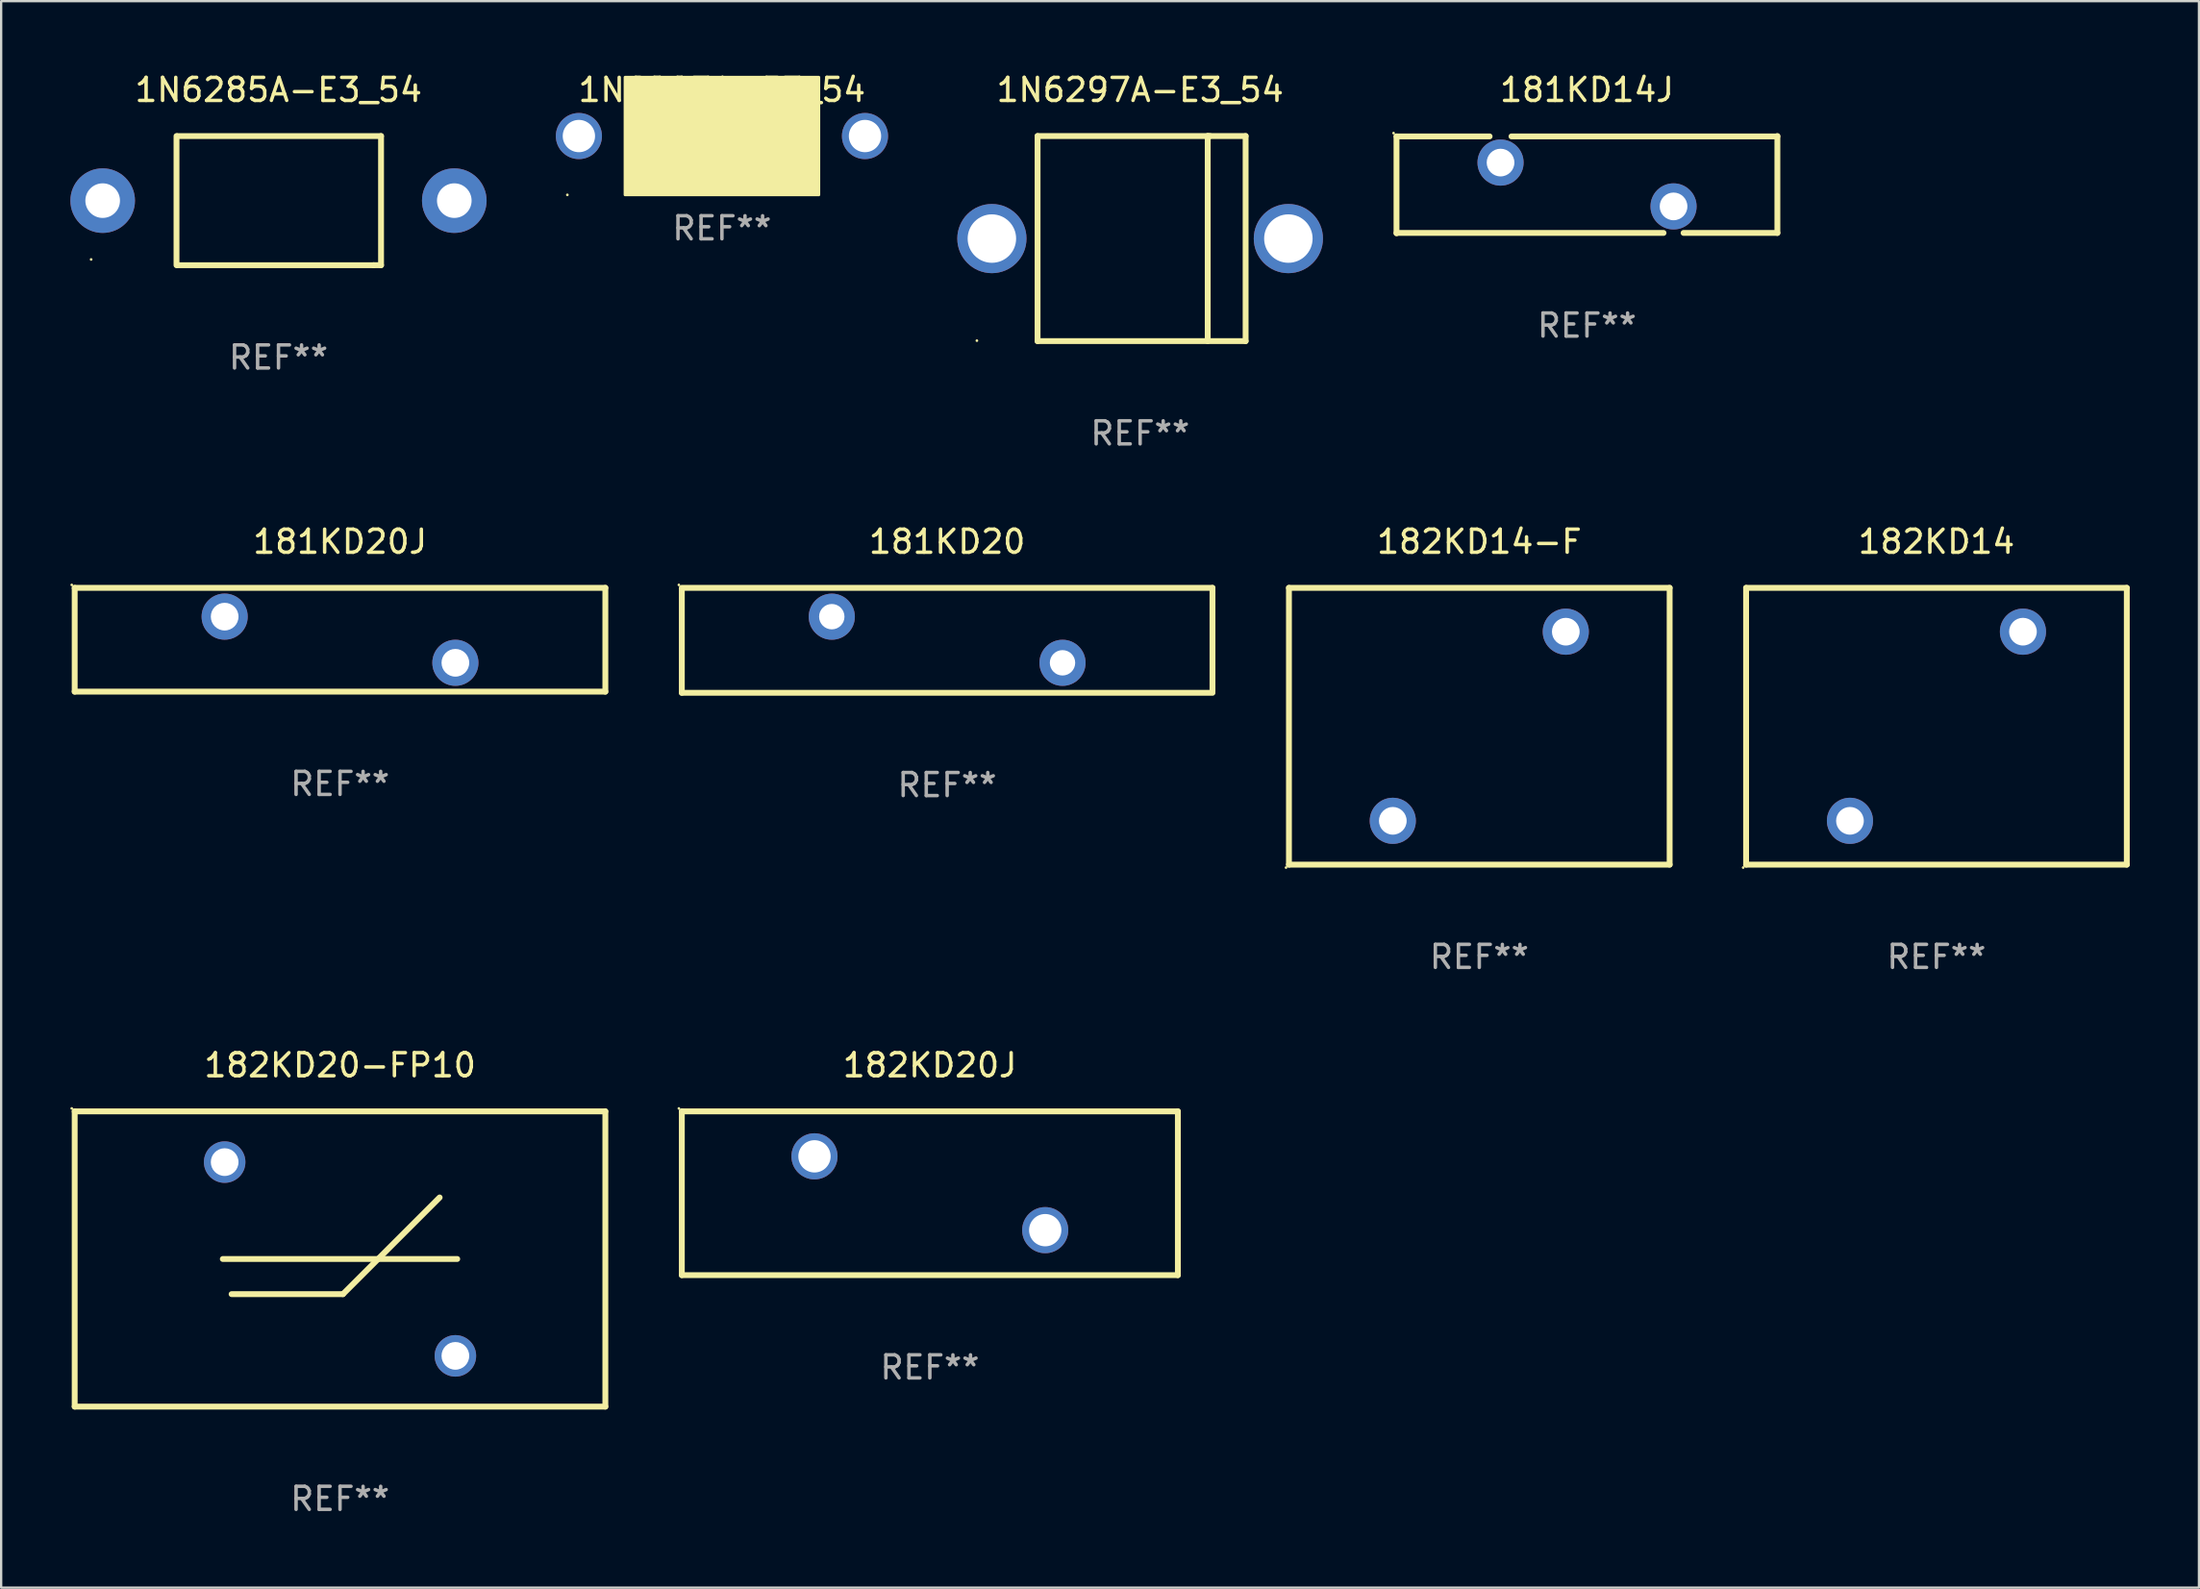
<source format=kicad_pcb>
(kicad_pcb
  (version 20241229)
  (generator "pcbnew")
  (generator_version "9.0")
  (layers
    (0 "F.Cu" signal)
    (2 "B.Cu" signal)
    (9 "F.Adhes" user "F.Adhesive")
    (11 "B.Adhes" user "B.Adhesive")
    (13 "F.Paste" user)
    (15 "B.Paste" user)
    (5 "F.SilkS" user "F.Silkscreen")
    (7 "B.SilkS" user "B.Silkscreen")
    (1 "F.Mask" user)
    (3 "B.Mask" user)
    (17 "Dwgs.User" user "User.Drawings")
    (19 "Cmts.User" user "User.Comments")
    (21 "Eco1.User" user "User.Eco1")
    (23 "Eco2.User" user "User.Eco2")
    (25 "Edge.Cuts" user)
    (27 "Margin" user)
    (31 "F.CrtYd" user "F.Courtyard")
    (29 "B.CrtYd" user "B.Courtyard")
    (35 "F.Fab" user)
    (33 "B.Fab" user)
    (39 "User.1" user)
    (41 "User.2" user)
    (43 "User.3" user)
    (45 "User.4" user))
  (footprint "182KD20-FP10"
    (layer "F.Cu")
    (at 11.687 51.531)
    (property "Reference" "182KD20-FP10" (at 0 -8.4 0) (layer "F.SilkS") (effects (font (size 1 1) (thickness 0.15))))
    (attr through_hole)
    (fp_line (start -11.5 -6.4) (end -11.5 6.4) (stroke (width 0.254) (type solid)) (layer "F.SilkS"))
    (fp_line (start -11.5 -6.4) (end 11.5 -6.4) (stroke (width 0.254) (type solid)) (layer "F.SilkS"))
    (fp_line (start -11.5 6.4) (end 11.5 6.4) (stroke (width 0.254) (type solid)) (layer "F.SilkS"))
    (fp_line (start -5.08 0) (end 5.08 0) (stroke (width 0.254) (type solid)) (layer "F.SilkS"))
    (fp_line (start -4.699 1.524) (end 0.127 1.524) (stroke (width 0.254) (type solid)) (layer "F.SilkS"))
    (fp_line (start 0.127 1.524) (end 4.318 -2.667) (stroke (width 0.254) (type solid)) (layer "F.SilkS"))
    (fp_line (start 11.5 -6.4) (end 11.5 6.4) (stroke (width 0.254) (type solid)) (layer "F.SilkS"))
    (fp_circle (center -11.627 -6.527) (end -11.597 -6.527) (stroke (width 0.06) (type solid)) (fill no) (layer "F.SilkS"))
    (fp_text user "REF**" (at 0 10.4 0) (layer "F.Fab") (effects (font (size 1 1) (thickness 0.15))))
    (pad "1" thru_hole circle (at -5 -4.2) (size 1.8 1.8) (drill 1.2) (layers "*.Cu" "*.Mask"))
    (pad "2" thru_hole circle (at 5 4.2) (size 1.8 1.8) (drill 1.2) (layers "*.Cu" "*.Mask")))
  (footprint "1N6285A-E3_54"
    (layer "F.Cu")
    (at 9.02 5.648)
    (property "Reference" "1N6285A-E3_54" (at 0 -4.8 0) (layer "F.SilkS") (effects (font (size 1 1) (thickness 0.15))))
    (attr through_hole)
    (fp_line (start -4.42 2.8) (end -4.42 -2.8) (stroke (width 0.254) (type solid)) (layer "F.SilkS"))
    (fp_line (start -4.379 -2.799) (end 4.445 -2.799) (stroke (width 0.254) (type solid)) (layer "F.SilkS"))
    (fp_line (start 4.12 2.8) (end -4.38 2.8) (stroke (width 0.254) (type solid)) (layer "F.SilkS"))
    (fp_line (start 4.445 -2.799) (end 4.445 2.799) (stroke (width 0.254) (type solid)) (layer "F.SilkS"))
    (fp_line (start 4.445 2.799) (end 4.12 2.799) (stroke (width 0.254) (type solid)) (layer "F.SilkS"))
    (fp_circle (center -8.12 2.55) (end -8.09 2.55) (stroke (width 0.06) (type solid)) (fill no) (layer "F.SilkS"))
    (fp_text user "REF**" (at 0 6.8 0) (layer "F.Fab") (effects (font (size 1 1) (thickness 0.15))))
    (pad "1" thru_hole circle (at -7.62 0) (size 2.8 2.8) (drill 1.5) (layers "*.Cu" "*.Mask"))
    (pad "2" thru_hole circle (at 7.62 0) (size 2.8 2.8) (drill 1.5) (layers "*.Cu" "*.Mask")))
  (footprint "182KD14"
    (layer "F.Cu")
    (at 80.879 28.435)
    (property "Reference" "182KD14" (at 0 -8 0) (layer "F.SilkS") (effects (font (size 1 1) (thickness 0.15))))
    (attr through_hole)
    (fp_line (start -8.25 -6) (end 8.25 -6) (stroke (width 0.254) (type solid)) (layer "F.SilkS"))
    (fp_line (start -8.25 6) (end -8.25 -5.999) (stroke (width 0.254) (type solid)) (layer "F.SilkS"))
    (fp_line (start 8.25 -6) (end 8.25 6) (stroke (width 0.254) (type solid)) (layer "F.SilkS"))
    (fp_line (start 8.25 6) (end -8.25 6) (stroke (width 0.254) (type solid)) (layer "F.SilkS"))
    (fp_circle (center -8.377 6.127) (end -8.347 6.127) (stroke (width 0.06) (type solid)) (fill no) (layer "F.SilkS"))
    (fp_text user "REF**" (at 0 10 0) (layer "F.Fab") (effects (font (size 1 1) (thickness 0.15))))
    (pad "1" thru_hole circle (at -3.749 4.1) (size 2 2) (drill 1.2) (layers "*.Cu" "*.Mask"))
    (pad "2" thru_hole circle (at 3.749 -4.1) (size 2 2) (drill 1.2) (layers "*.Cu" "*.Mask")))
  (footprint "181KD14J"
    (layer "F.Cu")
    (at 65.731 4.956)
    (property "Reference" "181KD14J" (at 0 -4.108 0) (layer "F.SilkS") (effects (font (size 1 1) (thickness 0.15))))
    (attr through_hole)
    (fp_line (start -8.254 -2.093) (end -4.219 -2.093) (stroke (width 0.254) (type solid)) (layer "F.SilkS"))
    (fp_line (start -8.254 2.108) (end -8.254 -2.093) (stroke (width 0.254) (type solid)) (layer "F.SilkS"))
    (fp_line (start -3.271 -2.093) (end 8.254 -2.093) (stroke (width 0.254) (type solid)) (layer "F.SilkS"))
    (fp_line (start 3.319 2.092) (end -8.254 2.092) (stroke (width 0.254) (type solid)) (layer "F.SilkS"))
    (fp_line (start 8.254 -2.108) (end 8.254 2.092) (stroke (width 0.254) (type solid)) (layer "F.SilkS"))
    (fp_line (start 8.254 2.092) (end 4.188 2.092) (stroke (width 0.254) (type solid)) (layer "F.SilkS"))
    (fp_circle (center -8.381 -2.235) (end -8.351 -2.235) (stroke (width 0.06) (type solid)) (fill no) (layer "F.SilkS"))
    (fp_text user "REF**" (at 0 6.108 0) (layer "F.Fab") (effects (font (size 1 1) (thickness 0.15))))
    (pad "1" thru_hole circle (at -3.745 -0.958) (size 2 2) (drill 1.2) (layers "*.Cu" "*.Mask"))
    (pad "2" thru_hole circle (at 3.753 0.942) (size 2 2) (drill 1.2) (layers "*.Cu" "*.Mask")))
  (footprint "181KD20"
    (layer "F.Cu")
    (at 38.001 24.71)
    (property "Reference" "181KD20" (at 0 -4.275 0) (layer "F.SilkS") (effects (font (size 1 1) (thickness 0.15))))
    (attr through_hole)
    (fp_line (start -11.5 -2.275) (end 11.5 -2.275) (stroke (width 0.254) (type solid)) (layer "F.SilkS"))
    (fp_line (start -11.5 2.275) (end -11.5 -2.225) (stroke (width 0.254) (type solid)) (layer "F.SilkS"))
    (fp_line (start 11.5 -2.275) (end 11.5 2.225) (stroke (width 0.254) (type solid)) (layer "F.SilkS"))
    (fp_line (start 11.5 2.275) (end -11.5 2.275) (stroke (width 0.254) (type solid)) (layer "F.SilkS"))
    (fp_circle (center -11.627 -2.402) (end -11.597 -2.402) (stroke (width 0.06) (type solid)) (fill no) (layer "F.SilkS"))
    (fp_text user "REF**" (at 0 6.275 0) (layer "F.Fab") (effects (font (size 1 1) (thickness 0.15))))
    (pad "1" thru_hole circle (at -5 -1.025) (size 2 2) (drill 1.1) (layers "*.Cu" "*.Mask"))
    (pad "2" thru_hole circle (at 5 0.975) (size 2 2) (drill 1.1) (layers "*.Cu" "*.Mask")))
  (footprint "1N6297A-E3_54"
    (layer "F.Cu")
    (at 46.365 7.293)
    (property "Reference" "1N6297A-E3_54" (at 0 -6.445 0) (layer "F.SilkS") (effects (font (size 1 1) (thickness 0.15))))
    (attr through_hole)
    (fp_line (start -4.445 -4.445) (end -4.445 4.445) (stroke (width 0.254) (type solid)) (layer "F.SilkS"))
    (fp_line (start -4.445 4.445) (end 4.572 4.445) (stroke (width 0.254) (type solid)) (layer "F.SilkS"))
    (fp_line (start 2.929 -4.445) (end 2.929 4.445) (stroke (width 0.254) (type solid)) (layer "F.SilkS"))
    (fp_line (start 3.029 -4.445) (end 2.929 -4.445) (stroke (width 0.254) (type solid)) (layer "F.SilkS"))
    (fp_line (start 4.572 -4.445) (end -4.445 -4.445) (stroke (width 0.254) (type solid)) (layer "F.SilkS"))
    (fp_line (start 4.572 4.445) (end 4.572 -4.445) (stroke (width 0.254) (type solid)) (layer "F.SilkS"))
    (fp_circle (center -7.075 4.425) (end -7.045 4.425) (stroke (width 0.06) (type solid)) (fill no) (layer "F.SilkS"))
    (fp_text user "REF**" (at 0 8.445 0) (layer "F.Fab") (effects (font (size 1 1) (thickness 0.15))))
    (pad "1" thru_hole circle (at -6.425 0) (size 3 3) (drill 2.1) (layers "*.Cu" "*.Mask"))
    (pad "2" thru_hole circle (at 6.425 0) (size 3 3) (drill 2.1) (layers "*.Cu" "*.Mask")))
  (footprint "182KD14-F"
    (layer "F.Cu")
    (at 61.065 28.435)
    (property "Reference" "182KD14-F" (at 0 -8 0) (layer "F.SilkS") (effects (font (size 1 1) (thickness 0.15))))
    (attr through_hole)
    (fp_line (start -8.25 -6) (end 8.25 -6) (stroke (width 0.254) (type solid)) (layer "F.SilkS"))
    (fp_line (start -8.25 6) (end -8.25 -5.999) (stroke (width 0.254) (type solid)) (layer "F.SilkS"))
    (fp_line (start 8.25 -6) (end 8.25 6) (stroke (width 0.254) (type solid)) (layer "F.SilkS"))
    (fp_line (start 8.25 6) (end -8.25 6) (stroke (width 0.254) (type solid)) (layer "F.SilkS"))
    (fp_circle (center -8.377 6.127) (end -8.347 6.127) (stroke (width 0.06) (type solid)) (fill no) (layer "F.SilkS"))
    (fp_text user "REF**" (at 0 10 0) (layer "F.Fab") (effects (font (size 1 1) (thickness 0.15))))
    (pad "1" thru_hole circle (at -3.749 4.1) (size 2 2) (drill 1.2) (layers "*.Cu" "*.Mask"))
    (pad "2" thru_hole circle (at 3.749 -4.1) (size 2 2) (drill 1.2) (layers "*.Cu" "*.Mask")))
  (footprint "181KD20J"
    (layer "F.Cu")
    (at 11.687 24.685)
    (property "Reference" "181KD20J" (at 0 -4.25 0) (layer "F.SilkS") (effects (font (size 1 1) (thickness 0.15))))
    (attr through_hole)
    (fp_line (start -11.5 -2.25) (end 11.5 -2.25) (stroke (width 0.254) (type solid)) (layer "F.SilkS"))
    (fp_line (start -11.5 2.25) (end -11.5 -2.25) (stroke (width 0.254) (type solid)) (layer "F.SilkS"))
    (fp_line (start 11.5 -2.25) (end 11.5 2.25) (stroke (width 0.254) (type solid)) (layer "F.SilkS"))
    (fp_line (start 11.5 2.249) (end -11.5 2.249) (stroke (width 0.254) (type solid)) (layer "F.SilkS"))
    (fp_circle (center -11.627 -2.377) (end -11.597 -2.377) (stroke (width 0.06) (type solid)) (fill no) (layer "F.SilkS"))
    (fp_text user "REF**" (at 0 6.25 0) (layer "F.Fab") (effects (font (size 1 1) (thickness 0.15))))
    (pad "1" thru_hole circle (at -5 -1.002) (size 2 2) (drill 1.2) (layers "*.Cu" "*.Mask"))
    (pad "2" thru_hole circle (at 5 0.999) (size 2 2) (drill 1.2) (layers "*.Cu" "*.Mask")))
  (footprint "182KD20J"
    (layer "F.Cu")
    (at 37.251 48.681)
    (property "Reference" "182KD20J" (at 0 -5.55 0) (layer "F.SilkS") (effects (font (size 1 1) (thickness 0.15))))
    (attr through_hole)
    (fp_line (start -10.75 -3.55) (end 10.75 -3.55) (stroke (width 0.254) (type solid)) (layer "F.SilkS"))
    (fp_line (start -10.75 3.55) (end -10.75 -3.55) (stroke (width 0.254) (type solid)) (layer "F.SilkS"))
    (fp_line (start 10.75 -3.55) (end 10.75 3.55) (stroke (width 0.254) (type solid)) (layer "F.SilkS"))
    (fp_line (start 10.75 3.55) (end -10.75 3.55) (stroke (width 0.254) (type solid)) (layer "F.SilkS"))
    (fp_circle (center -10.877 -3.677) (end -10.847 -3.677) (stroke (width 0.06) (type solid)) (fill no) (layer "F.SilkS"))
    (fp_text user "REF**" (at 0 7.55 0) (layer "F.Fab") (effects (font (size 1 1) (thickness 0.15))))
    (pad "1" thru_hole circle (at -5 -1.6) (size 2 2) (drill 1.4) (layers "*.Cu" "*.Mask"))
    (pad "2" thru_hole circle (at 5 1.6) (size 2 2) (drill 1.4) (layers "*.Cu" "*.Mask")))
  (footprint "1N6293A-E3_54"
    (layer "F.Cu")
    (at 28.24 2.848)
    (property "Reference" "1N6293A-E3_54" (at 0 -2 0) (layer "F.SilkS") (effects (font (size 1 1) (thickness 0.15))))
    (attr through_hole)
    (fp_circle (center -6.7 2.55) (end -6.67 2.55) (stroke (width 0.06) (type solid)) (fill no) (layer "F.SilkS"))
    (fp_poly (pts (xy -4.2 -2.55) (xy 4.2 -2.55) (xy 4.2 2.55) (xy -4.2 2.55)) (stroke (width 0.12) (type solid)) (fill yes) (layer "F.SilkS"))
    (fp_text user "REF**" (at 0 4 0) (layer "F.Fab") (effects (font (size 1 1) (thickness 0.15))))
    (pad "1" thru_hole circle (at -6.2 0) (size 2 2) (drill 1.4) (layers "*.Cu" "*.Mask"))
    (pad "2" thru_hole circle (at 6.2 0) (size 2 2) (drill 1.4) (layers "*.Cu" "*.Mask")))
  (gr_rect
    (start -3 -3)
    (end 92.256 65.78)
    (stroke (width 0.1) (type default))
    (fill no)
    (layer "Edge.Cuts")))
</source>
